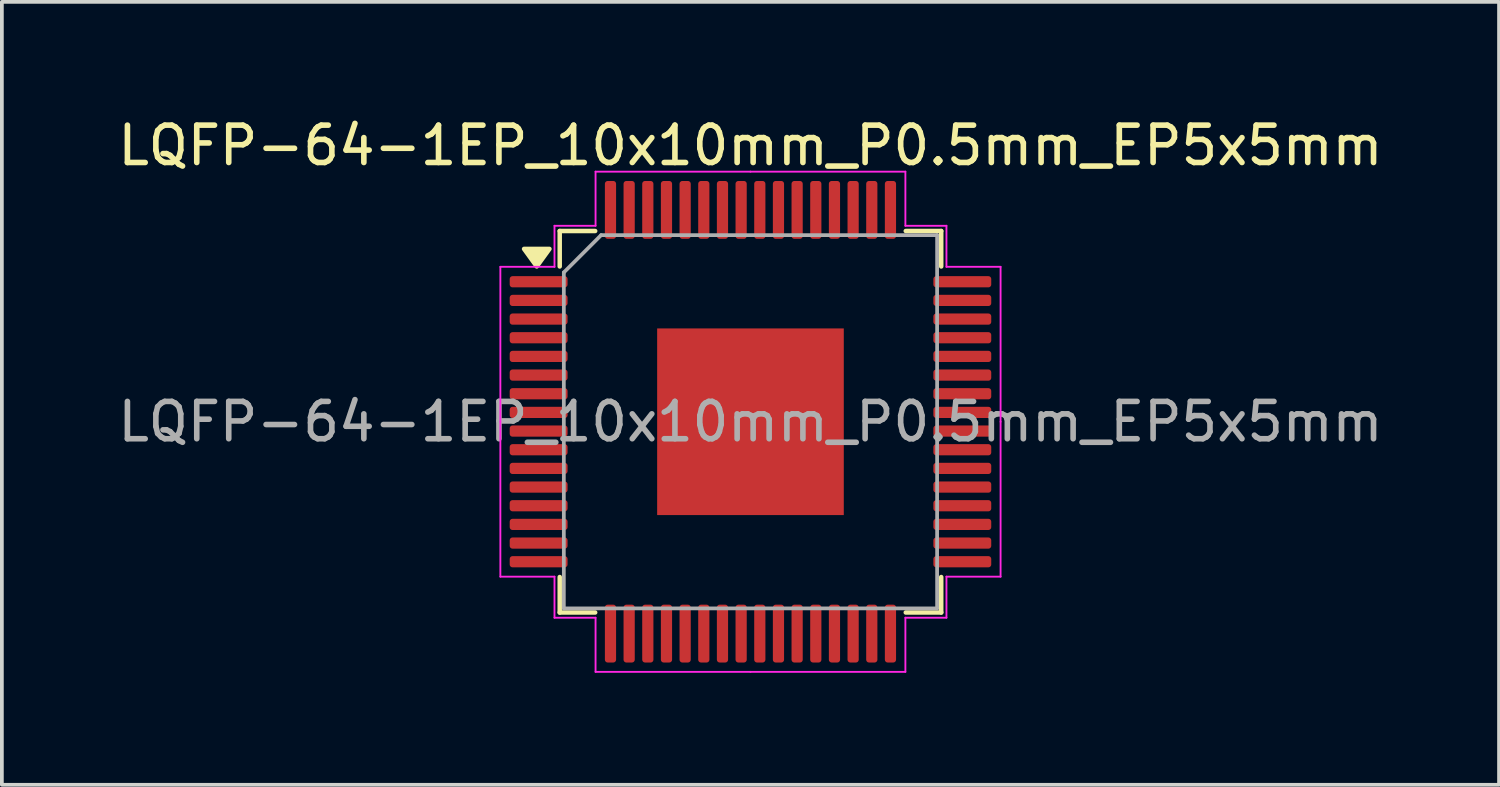
<source format=kicad_pcb>
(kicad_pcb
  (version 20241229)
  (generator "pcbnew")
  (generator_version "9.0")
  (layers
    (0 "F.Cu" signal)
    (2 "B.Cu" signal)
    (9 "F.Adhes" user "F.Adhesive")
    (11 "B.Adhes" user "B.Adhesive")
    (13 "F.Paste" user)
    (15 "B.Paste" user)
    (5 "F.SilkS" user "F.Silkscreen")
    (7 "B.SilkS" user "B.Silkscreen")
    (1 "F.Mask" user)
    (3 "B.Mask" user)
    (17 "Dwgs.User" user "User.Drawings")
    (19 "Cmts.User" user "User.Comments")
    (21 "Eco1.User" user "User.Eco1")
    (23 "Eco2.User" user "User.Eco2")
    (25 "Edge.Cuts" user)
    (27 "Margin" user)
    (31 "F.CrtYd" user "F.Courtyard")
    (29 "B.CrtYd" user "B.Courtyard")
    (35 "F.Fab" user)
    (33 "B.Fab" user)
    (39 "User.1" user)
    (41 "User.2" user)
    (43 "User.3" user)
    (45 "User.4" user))
  (footprint "LQFP-64-1EP_10x10mm_P0.5mm_EP5x5mm"
    (layer "F.Cu")
    (at 17.054 8.248)
    (property "Reference" "LQFP-64-1EP_10x10mm_P0.5mm_EP5x5mm" (at 0 -7.4 0) (layer "F.SilkS") (effects (font (size 1 1) (thickness 0.15))))
    (attr smd)
    (fp_line (start -5.11 -5.11) (end -5.11 -4.16) (stroke (width 0.12) (type solid)) (layer "F.SilkS"))
    (fp_line (start -5.11 5.11) (end -5.11 4.16) (stroke (width 0.12) (type solid)) (layer "F.SilkS"))
    (fp_line (start -4.16 -5.11) (end -5.11 -5.11) (stroke (width 0.12) (type solid)) (layer "F.SilkS"))
    (fp_line (start -4.16 5.11) (end -5.11 5.11) (stroke (width 0.12) (type solid)) (layer "F.SilkS"))
    (fp_line (start 4.16 -5.11) (end 5.11 -5.11) (stroke (width 0.12) (type solid)) (layer "F.SilkS"))
    (fp_line (start 4.16 5.11) (end 5.11 5.11) (stroke (width 0.12) (type solid)) (layer "F.SilkS"))
    (fp_line (start 5.11 -5.11) (end 5.11 -4.16) (stroke (width 0.12) (type solid)) (layer "F.SilkS"))
    (fp_line (start 5.11 5.11) (end 5.11 4.16) (stroke (width 0.12) (type solid)) (layer "F.SilkS"))
    (fp_poly (pts (xy -5.725 -4.16) (xy -6.065 -4.63) (xy -5.385 -4.63) (xy -5.725 -4.16)) (stroke (width 0.12) (type solid)) (fill yes) (layer "F.SilkS"))
    (fp_line (start -6.7 -4.15) (end -6.7 0) (stroke (width 0.05) (type solid)) (layer "F.CrtYd"))
    (fp_line (start -6.7 4.15) (end -6.7 0) (stroke (width 0.05) (type solid)) (layer "F.CrtYd"))
    (fp_line (start -5.25 -5.25) (end -5.25 -4.15) (stroke (width 0.05) (type solid)) (layer "F.CrtYd"))
    (fp_line (start -5.25 -4.15) (end -6.7 -4.15) (stroke (width 0.05) (type solid)) (layer "F.CrtYd"))
    (fp_line (start -5.25 4.15) (end -6.7 4.15) (stroke (width 0.05) (type solid)) (layer "F.CrtYd"))
    (fp_line (start -5.25 5.25) (end -5.25 4.15) (stroke (width 0.05) (type solid)) (layer "F.CrtYd"))
    (fp_line (start -4.15 -6.7) (end -4.15 -5.25) (stroke (width 0.05) (type solid)) (layer "F.CrtYd"))
    (fp_line (start -4.15 -5.25) (end -5.25 -5.25) (stroke (width 0.05) (type solid)) (layer "F.CrtYd"))
    (fp_line (start -4.15 5.25) (end -5.25 5.25) (stroke (width 0.05) (type solid)) (layer "F.CrtYd"))
    (fp_line (start -4.15 6.7) (end -4.15 5.25) (stroke (width 0.05) (type solid)) (layer "F.CrtYd"))
    (fp_line (start 0 -6.7) (end -4.15 -6.7) (stroke (width 0.05) (type solid)) (layer "F.CrtYd"))
    (fp_line (start 0 -6.7) (end 4.15 -6.7) (stroke (width 0.05) (type solid)) (layer "F.CrtYd"))
    (fp_line (start 0 6.7) (end -4.15 6.7) (stroke (width 0.05) (type solid)) (layer "F.CrtYd"))
    (fp_line (start 0 6.7) (end 4.15 6.7) (stroke (width 0.05) (type solid)) (layer "F.CrtYd"))
    (fp_line (start 4.15 -6.7) (end 4.15 -5.25) (stroke (width 0.05) (type solid)) (layer "F.CrtYd"))
    (fp_line (start 4.15 -5.25) (end 5.25 -5.25) (stroke (width 0.05) (type solid)) (layer "F.CrtYd"))
    (fp_line (start 4.15 5.25) (end 5.25 5.25) (stroke (width 0.05) (type solid)) (layer "F.CrtYd"))
    (fp_line (start 4.15 6.7) (end 4.15 5.25) (stroke (width 0.05) (type solid)) (layer "F.CrtYd"))
    (fp_line (start 5.25 -5.25) (end 5.25 -4.15) (stroke (width 0.05) (type solid)) (layer "F.CrtYd"))
    (fp_line (start 5.25 -4.15) (end 6.7 -4.15) (stroke (width 0.05) (type solid)) (layer "F.CrtYd"))
    (fp_line (start 5.25 4.15) (end 6.7 4.15) (stroke (width 0.05) (type solid)) (layer "F.CrtYd"))
    (fp_line (start 5.25 5.25) (end 5.25 4.15) (stroke (width 0.05) (type solid)) (layer "F.CrtYd"))
    (fp_line (start 6.7 -4.15) (end 6.7 0) (stroke (width 0.05) (type solid)) (layer "F.CrtYd"))
    (fp_line (start 6.7 4.15) (end 6.7 0) (stroke (width 0.05) (type solid)) (layer "F.CrtYd"))
    (fp_line (start -5 -4) (end -4 -5) (stroke (width 0.1) (type solid)) (layer "F.Fab"))
    (fp_line (start -5 5) (end -5 -4) (stroke (width 0.1) (type solid)) (layer "F.Fab"))
    (fp_line (start -4 -5) (end 5 -5) (stroke (width 0.1) (type solid)) (layer "F.Fab"))
    (fp_line (start 5 -5) (end 5 5) (stroke (width 0.1) (type solid)) (layer "F.Fab"))
    (fp_line (start 5 5) (end -5 5) (stroke (width 0.1) (type solid)) (layer "F.Fab"))
    (fp_text user "${REFERENCE}" (at 0 0 0) (layer "F.Fab") (effects (font (size 1 1) (thickness 0.15))))
    (pad "" smd roundrect (at -2 -2) (size 0.81 0.81) (layers "F.Paste") (roundrect_rratio 0.25))
    (pad "" smd roundrect (at -2 -1) (size 0.81 0.81) (layers "F.Paste") (roundrect_rratio 0.25))
    (pad "" smd roundrect (at -2 0) (size 0.81 0.81) (layers "F.Paste") (roundrect_rratio 0.25))
    (pad "" smd roundrect (at -2 1) (size 0.81 0.81) (layers "F.Paste") (roundrect_rratio 0.25))
    (pad "" smd roundrect (at -2 2) (size 0.81 0.81) (layers "F.Paste") (roundrect_rratio 0.25))
    (pad "" smd roundrect (at -1 -2) (size 0.81 0.81) (layers "F.Paste") (roundrect_rratio 0.25))
    (pad "" smd roundrect (at -1 -1) (size 0.81 0.81) (layers "F.Paste") (roundrect_rratio 0.25))
    (pad "" smd roundrect (at -1 0) (size 0.81 0.81) (layers "F.Paste") (roundrect_rratio 0.25))
    (pad "" smd roundrect (at -1 1) (size 0.81 0.81) (layers "F.Paste") (roundrect_rratio 0.25))
    (pad "" smd roundrect (at -1 2) (size 0.81 0.81) (layers "F.Paste") (roundrect_rratio 0.25))
    (pad "" smd roundrect (at 0 -2) (size 0.81 0.81) (layers "F.Paste") (roundrect_rratio 0.25))
    (pad "" smd roundrect (at 0 -1) (size 0.81 0.81) (layers "F.Paste") (roundrect_rratio 0.25))
    (pad "" smd roundrect (at 0 0) (size 0.81 0.81) (layers "F.Paste") (roundrect_rratio 0.25))
    (pad "" smd roundrect (at 0 1) (size 0.81 0.81) (layers "F.Paste") (roundrect_rratio 0.25))
    (pad "" smd roundrect (at 0 2) (size 0.81 0.81) (layers "F.Paste") (roundrect_rratio 0.25))
    (pad "" smd roundrect (at 1 -2) (size 0.81 0.81) (layers "F.Paste") (roundrect_rratio 0.25))
    (pad "" smd roundrect (at 1 -1) (size 0.81 0.81) (layers "F.Paste") (roundrect_rratio 0.25))
    (pad "" smd roundrect (at 1 0) (size 0.81 0.81) (layers "F.Paste") (roundrect_rratio 0.25))
    (pad "" smd roundrect (at 1 1) (size 0.81 0.81) (layers "F.Paste") (roundrect_rratio 0.25))
    (pad "" smd roundrect (at 1 2) (size 0.81 0.81) (layers "F.Paste") (roundrect_rratio 0.25))
    (pad "" smd roundrect (at 2 -2) (size 0.81 0.81) (layers "F.Paste") (roundrect_rratio 0.25))
    (pad "" smd roundrect (at 2 -1) (size 0.81 0.81) (layers "F.Paste") (roundrect_rratio 0.25))
    (pad "" smd roundrect (at 2 0) (size 0.81 0.81) (layers "F.Paste") (roundrect_rratio 0.25))
    (pad "" smd roundrect (at 2 1) (size 0.81 0.81) (layers "F.Paste") (roundrect_rratio 0.25))
    (pad "" smd roundrect (at 2 2) (size 0.81 0.81) (layers "F.Paste") (roundrect_rratio 0.25))
    (pad "1" smd roundrect (at -5.675 -3.75) (size 1.55 0.3) (layers "F.Cu" "F.Mask" "F.Paste") (roundrect_rratio 0.25))
    (pad "2" smd roundrect (at -5.675 -3.25) (size 1.55 0.3) (layers "F.Cu" "F.Mask" "F.Paste") (roundrect_rratio 0.25))
    (pad "3" smd roundrect (at -5.675 -2.75) (size 1.55 0.3) (layers "F.Cu" "F.Mask" "F.Paste") (roundrect_rratio 0.25))
    (pad "4" smd roundrect (at -5.675 -2.25) (size 1.55 0.3) (layers "F.Cu" "F.Mask" "F.Paste") (roundrect_rratio 0.25))
    (pad "5" smd roundrect (at -5.675 -1.75) (size 1.55 0.3) (layers "F.Cu" "F.Mask" "F.Paste") (roundrect_rratio 0.25))
    (pad "6" smd roundrect (at -5.675 -1.25) (size 1.55 0.3) (layers "F.Cu" "F.Mask" "F.Paste") (roundrect_rratio 0.25))
    (pad "7" smd roundrect (at -5.675 -0.75) (size 1.55 0.3) (layers "F.Cu" "F.Mask" "F.Paste") (roundrect_rratio 0.25))
    (pad "8" smd roundrect (at -5.675 -0.25) (size 1.55 0.3) (layers "F.Cu" "F.Mask" "F.Paste") (roundrect_rratio 0.25))
    (pad "9" smd roundrect (at -5.675 0.25) (size 1.55 0.3) (layers "F.Cu" "F.Mask" "F.Paste") (roundrect_rratio 0.25))
    (pad "10" smd roundrect (at -5.675 0.75) (size 1.55 0.3) (layers "F.Cu" "F.Mask" "F.Paste") (roundrect_rratio 0.25))
    (pad "11" smd roundrect (at -5.675 1.25) (size 1.55 0.3) (layers "F.Cu" "F.Mask" "F.Paste") (roundrect_rratio 0.25))
    (pad "12" smd roundrect (at -5.675 1.75) (size 1.55 0.3) (layers "F.Cu" "F.Mask" "F.Paste") (roundrect_rratio 0.25))
    (pad "13" smd roundrect (at -5.675 2.25) (size 1.55 0.3) (layers "F.Cu" "F.Mask" "F.Paste") (roundrect_rratio 0.25))
    (pad "14" smd roundrect (at -5.675 2.75) (size 1.55 0.3) (layers "F.Cu" "F.Mask" "F.Paste") (roundrect_rratio 0.25))
    (pad "15" smd roundrect (at -5.675 3.25) (size 1.55 0.3) (layers "F.Cu" "F.Mask" "F.Paste") (roundrect_rratio 0.25))
    (pad "16" smd roundrect (at -5.675 3.75) (size 1.55 0.3) (layers "F.Cu" "F.Mask" "F.Paste") (roundrect_rratio 0.25))
    (pad "17" smd roundrect (at -3.75 5.675) (size 0.3 1.55) (layers "F.Cu" "F.Mask" "F.Paste") (roundrect_rratio 0.25))
    (pad "18" smd roundrect (at -3.25 5.675) (size 0.3 1.55) (layers "F.Cu" "F.Mask" "F.Paste") (roundrect_rratio 0.25))
    (pad "19" smd roundrect (at -2.75 5.675) (size 0.3 1.55) (layers "F.Cu" "F.Mask" "F.Paste") (roundrect_rratio 0.25))
    (pad "20" smd roundrect (at -2.25 5.675) (size 0.3 1.55) (layers "F.Cu" "F.Mask" "F.Paste") (roundrect_rratio 0.25))
    (pad "21" smd roundrect (at -1.75 5.675) (size 0.3 1.55) (layers "F.Cu" "F.Mask" "F.Paste") (roundrect_rratio 0.25))
    (pad "22" smd roundrect (at -1.25 5.675) (size 0.3 1.55) (layers "F.Cu" "F.Mask" "F.Paste") (roundrect_rratio 0.25))
    (pad "23" smd roundrect (at -0.75 5.675) (size 0.3 1.55) (layers "F.Cu" "F.Mask" "F.Paste") (roundrect_rratio 0.25))
    (pad "24" smd roundrect (at -0.25 5.675) (size 0.3 1.55) (layers "F.Cu" "F.Mask" "F.Paste") (roundrect_rratio 0.25))
    (pad "25" smd roundrect (at 0.25 5.675) (size 0.3 1.55) (layers "F.Cu" "F.Mask" "F.Paste") (roundrect_rratio 0.25))
    (pad "26" smd roundrect (at 0.75 5.675) (size 0.3 1.55) (layers "F.Cu" "F.Mask" "F.Paste") (roundrect_rratio 0.25))
    (pad "27" smd roundrect (at 1.25 5.675) (size 0.3 1.55) (layers "F.Cu" "F.Mask" "F.Paste") (roundrect_rratio 0.25))
    (pad "28" smd roundrect (at 1.75 5.675) (size 0.3 1.55) (layers "F.Cu" "F.Mask" "F.Paste") (roundrect_rratio 0.25))
    (pad "29" smd roundrect (at 2.25 5.675) (size 0.3 1.55) (layers "F.Cu" "F.Mask" "F.Paste") (roundrect_rratio 0.25))
    (pad "30" smd roundrect (at 2.75 5.675) (size 0.3 1.55) (layers "F.Cu" "F.Mask" "F.Paste") (roundrect_rratio 0.25))
    (pad "31" smd roundrect (at 3.25 5.675) (size 0.3 1.55) (layers "F.Cu" "F.Mask" "F.Paste") (roundrect_rratio 0.25))
    (pad "32" smd roundrect (at 3.75 5.675) (size 0.3 1.55) (layers "F.Cu" "F.Mask" "F.Paste") (roundrect_rratio 0.25))
    (pad "33" smd roundrect (at 5.675 3.75) (size 1.55 0.3) (layers "F.Cu" "F.Mask" "F.Paste") (roundrect_rratio 0.25))
    (pad "34" smd roundrect (at 5.675 3.25) (size 1.55 0.3) (layers "F.Cu" "F.Mask" "F.Paste") (roundrect_rratio 0.25))
    (pad "35" smd roundrect (at 5.675 2.75) (size 1.55 0.3) (layers "F.Cu" "F.Mask" "F.Paste") (roundrect_rratio 0.25))
    (pad "36" smd roundrect (at 5.675 2.25) (size 1.55 0.3) (layers "F.Cu" "F.Mask" "F.Paste") (roundrect_rratio 0.25))
    (pad "37" smd roundrect (at 5.675 1.75) (size 1.55 0.3) (layers "F.Cu" "F.Mask" "F.Paste") (roundrect_rratio 0.25))
    (pad "38" smd roundrect (at 5.675 1.25) (size 1.55 0.3) (layers "F.Cu" "F.Mask" "F.Paste") (roundrect_rratio 0.25))
    (pad "39" smd roundrect (at 5.675 0.75) (size 1.55 0.3) (layers "F.Cu" "F.Mask" "F.Paste") (roundrect_rratio 0.25))
    (pad "40" smd roundrect (at 5.675 0.25) (size 1.55 0.3) (layers "F.Cu" "F.Mask" "F.Paste") (roundrect_rratio 0.25))
    (pad "41" smd roundrect (at 5.675 -0.25) (size 1.55 0.3) (layers "F.Cu" "F.Mask" "F.Paste") (roundrect_rratio 0.25))
    (pad "42" smd roundrect (at 5.675 -0.75) (size 1.55 0.3) (layers "F.Cu" "F.Mask" "F.Paste") (roundrect_rratio 0.25))
    (pad "43" smd roundrect (at 5.675 -1.25) (size 1.55 0.3) (layers "F.Cu" "F.Mask" "F.Paste") (roundrect_rratio 0.25))
    (pad "44" smd roundrect (at 5.675 -1.75) (size 1.55 0.3) (layers "F.Cu" "F.Mask" "F.Paste") (roundrect_rratio 0.25))
    (pad "45" smd roundrect (at 5.675 -2.25) (size 1.55 0.3) (layers "F.Cu" "F.Mask" "F.Paste") (roundrect_rratio 0.25))
    (pad "46" smd roundrect (at 5.675 -2.75) (size 1.55 0.3) (layers "F.Cu" "F.Mask" "F.Paste") (roundrect_rratio 0.25))
    (pad "47" smd roundrect (at 5.675 -3.25) (size 1.55 0.3) (layers "F.Cu" "F.Mask" "F.Paste") (roundrect_rratio 0.25))
    (pad "48" smd roundrect (at 5.675 -3.75) (size 1.55 0.3) (layers "F.Cu" "F.Mask" "F.Paste") (roundrect_rratio 0.25))
    (pad "49" smd roundrect (at 3.75 -5.675) (size 0.3 1.55) (layers "F.Cu" "F.Mask" "F.Paste") (roundrect_rratio 0.25))
    (pad "50" smd roundrect (at 3.25 -5.675) (size 0.3 1.55) (layers "F.Cu" "F.Mask" "F.Paste") (roundrect_rratio 0.25))
    (pad "51" smd roundrect (at 2.75 -5.675) (size 0.3 1.55) (layers "F.Cu" "F.Mask" "F.Paste") (roundrect_rratio 0.25))
    (pad "52" smd roundrect (at 2.25 -5.675) (size 0.3 1.55) (layers "F.Cu" "F.Mask" "F.Paste") (roundrect_rratio 0.25))
    (pad "53" smd roundrect (at 1.75 -5.675) (size 0.3 1.55) (layers "F.Cu" "F.Mask" "F.Paste") (roundrect_rratio 0.25))
    (pad "54" smd roundrect (at 1.25 -5.675) (size 0.3 1.55) (layers "F.Cu" "F.Mask" "F.Paste") (roundrect_rratio 0.25))
    (pad "55" smd roundrect (at 0.75 -5.675) (size 0.3 1.55) (layers "F.Cu" "F.Mask" "F.Paste") (roundrect_rratio 0.25))
    (pad "56" smd roundrect (at 0.25 -5.675) (size 0.3 1.55) (layers "F.Cu" "F.Mask" "F.Paste") (roundrect_rratio 0.25))
    (pad "57" smd roundrect (at -0.25 -5.675) (size 0.3 1.55) (layers "F.Cu" "F.Mask" "F.Paste") (roundrect_rratio 0.25))
    (pad "58" smd roundrect (at -0.75 -5.675) (size 0.3 1.55) (layers "F.Cu" "F.Mask" "F.Paste") (roundrect_rratio 0.25))
    (pad "59" smd roundrect (at -1.25 -5.675) (size 0.3 1.55) (layers "F.Cu" "F.Mask" "F.Paste") (roundrect_rratio 0.25))
    (pad "60" smd roundrect (at -1.75 -5.675) (size 0.3 1.55) (layers "F.Cu" "F.Mask" "F.Paste") (roundrect_rratio 0.25))
    (pad "61" smd roundrect (at -2.25 -5.675) (size 0.3 1.55) (layers "F.Cu" "F.Mask" "F.Paste") (roundrect_rratio 0.25))
    (pad "62" smd roundrect (at -2.75 -5.675) (size 0.3 1.55) (layers "F.Cu" "F.Mask" "F.Paste") (roundrect_rratio 0.25))
    (pad "63" smd roundrect (at -3.25 -5.675) (size 0.3 1.55) (layers "F.Cu" "F.Mask" "F.Paste") (roundrect_rratio 0.25))
    (pad "64" smd roundrect (at -3.75 -5.675) (size 0.3 1.55) (layers "F.Cu" "F.Mask" "F.Paste") (roundrect_rratio 0.25))
    (pad "65" smd rect (at 0 0) (size 5 5) (property pad_prop_heatsink) (layers "F.Cu" "F.Mask")))
  (gr_rect
    (start -3 -3)
    (end 37.107 17.973)
    (stroke (width 0.1) (type default))
    (fill no)
    (layer "Edge.Cuts")))
</source>
